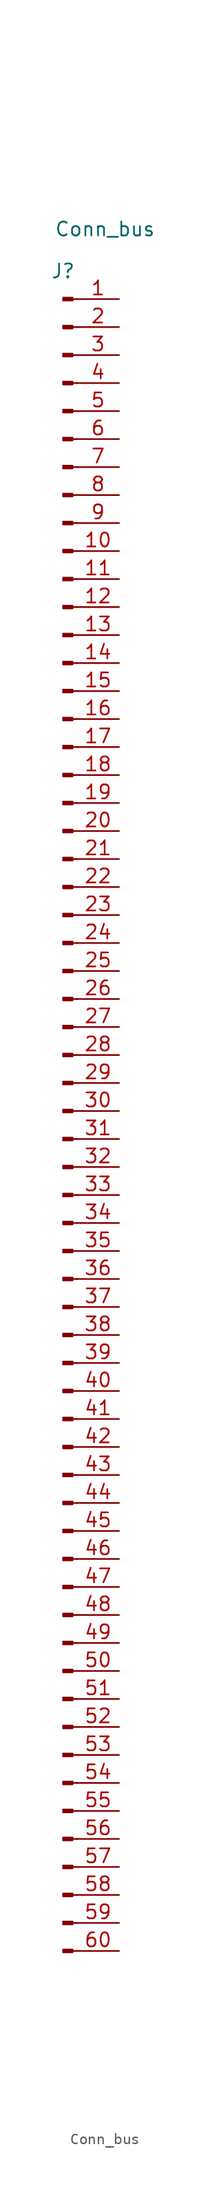
<source format=kicad_sym>
(kicad_symbol_lib
  (version 20220914)
  (generator kicad_symbol_editor)
  (symbol "Conn_bus"
    (pin_names
      (offset 1.016) hide)
    (property "Reference" "J"
      (at 0 50.8 0)
      (effects (font (size 1.27 1.27))))
    (property "Value" "Conn_bus"
      (at 3.81 54.61 0)
      (effects (font (size 1.27 1.27))))
    (property "ki_locked" ""
      (at 0 0 0)
      (effects (font (size 1.27 1.27))))
    (symbol "Conn_bus_1_1"
      (rectangle (start 0 -50.673) (end 0.864 -50.927) (stroke (width 0.152) (type default)) (fill (type outline)))
      (polyline (pts (xy 1.27 -101.6) (xy 0.864 -101.6)) (stroke (width 0.152) (type default)) (fill (type none)))
      (polyline (pts (xy 1.27 -99.06) (xy 0.864 -99.06)) (stroke (width 0.152) (type default)) (fill (type none)))
      (polyline (pts (xy 1.27 -96.52) (xy 0.864 -96.52)) (stroke (width 0.152) (type default)) (fill (type none)))
      (polyline (pts (xy 1.27 -93.98) (xy 0.864 -93.98)) (stroke (width 0.152) (type default)) (fill (type none)))
      (polyline (pts (xy 1.27 -91.44) (xy 0.864 -91.44)) (stroke (width 0.152) (type default)) (fill (type none)))
      (polyline (pts (xy 1.27 -88.9) (xy 0.864 -88.9)) (stroke (width 0.152) (type default)) (fill (type none)))
      (polyline (pts (xy 1.27 -86.36) (xy 0.864 -86.36)) (stroke (width 0.152) (type default)) (fill (type none)))
      (polyline (pts (xy 1.27 -83.82) (xy 0.864 -83.82)) (stroke (width 0.152) (type default)) (fill (type none)))
      (polyline (pts (xy 1.27 -81.28) (xy 0.864 -81.28)) (stroke (width 0.152) (type default)) (fill (type none)))
      (polyline (pts (xy 1.27 -78.74) (xy 0.864 -78.74)) (stroke (width 0.152) (type default)) (fill (type none)))
      (polyline (pts (xy 1.27 -76.2) (xy 0.864 -76.2)) (stroke (width 0.152) (type default)) (fill (type none)))
      (polyline (pts (xy 1.27 -73.66) (xy 0.864 -73.66)) (stroke (width 0.152) (type default)) (fill (type none)))
      (polyline (pts (xy 1.27 -71.12) (xy 0.864 -71.12)) (stroke (width 0.152) (type default)) (fill (type none)))
      (polyline (pts (xy 1.27 -68.58) (xy 0.864 -68.58)) (stroke (width 0.152) (type default)) (fill (type none)))
      (polyline (pts (xy 1.27 -66.04) (xy 0.864 -66.04)) (stroke (width 0.152) (type default)) (fill (type none)))
      (polyline (pts (xy 1.27 -63.5) (xy 0.864 -63.5)) (stroke (width 0.152) (type default)) (fill (type none)))
      (polyline (pts (xy 1.27 -60.96) (xy 0.864 -60.96)) (stroke (width 0.152) (type default)) (fill (type none)))
      (polyline (pts (xy 1.27 -58.42) (xy 0.864 -58.42)) (stroke (width 0.152) (type default)) (fill (type none)))
      (polyline (pts (xy 1.27 -55.88) (xy 0.864 -55.88)) (stroke (width 0.152) (type default)) (fill (type none)))
      (polyline (pts (xy 1.27 -53.34) (xy 0.864 -53.34)) (stroke (width 0.152) (type default)) (fill (type none)))
      (polyline (pts (xy 1.27 -50.8) (xy 0.864 -50.8)) (stroke (width 0.152) (type default)) (fill (type none)))
      (polyline (pts (xy 1.27 -48.26) (xy 0.864 -48.26)) (stroke (width 0.152) (type default)) (fill (type none)))
      (polyline (pts (xy 1.27 -45.72) (xy 0.864 -45.72)) (stroke (width 0.152) (type default)) (fill (type none)))
      (polyline (pts (xy 1.27 -43.18) (xy 0.864 -43.18)) (stroke (width 0.152) (type default)) (fill (type none)))
      (polyline (pts (xy 1.27 -40.64) (xy 0.864 -40.64)) (stroke (width 0.152) (type default)) (fill (type none)))
      (polyline (pts (xy 1.27 -38.1) (xy 0.864 -38.1)) (stroke (width 0.152) (type default)) (fill (type none)))
      (polyline (pts (xy 1.27 -35.56) (xy 0.864 -35.56)) (stroke (width 0.152) (type default)) (fill (type none)))
      (polyline (pts (xy 1.27 -33.02) (xy 0.864 -33.02)) (stroke (width 0.152) (type default)) (fill (type none)))
      (polyline (pts (xy 1.27 -30.48) (xy 0.864 -30.48)) (stroke (width 0.152) (type default)) (fill (type none)))
      (polyline (pts (xy 1.27 -27.94) (xy 0.864 -27.94)) (stroke (width 0.152) (type default)) (fill (type none)))
      (polyline (pts (xy 1.27 -25.4) (xy 0.864 -25.4)) (stroke (width 0.152) (type default)) (fill (type none)))
      (polyline (pts (xy 1.27 -22.86) (xy 0.864 -22.86)) (stroke (width 0.152) (type default)) (fill (type none)))
      (polyline (pts (xy 1.27 -20.32) (xy 0.864 -20.32)) (stroke (width 0.152) (type default)) (fill (type none)))
      (polyline (pts (xy 1.27 -17.78) (xy 0.864 -17.78)) (stroke (width 0.152) (type default)) (fill (type none)))
      (polyline (pts (xy 1.27 -15.24) (xy 0.864 -15.24)) (stroke (width 0.152) (type default)) (fill (type none)))
      (polyline (pts (xy 1.27 -12.7) (xy 0.864 -12.7)) (stroke (width 0.152) (type default)) (fill (type none)))
      (polyline (pts (xy 1.27 -10.16) (xy 0.864 -10.16)) (stroke (width 0.152) (type default)) (fill (type none)))
      (polyline (pts (xy 1.27 -7.62) (xy 0.864 -7.62)) (stroke (width 0.152) (type default)) (fill (type none)))
      (polyline (pts (xy 1.27 -5.08) (xy 0.864 -5.08)) (stroke (width 0.152) (type default)) (fill (type none)))
      (polyline (pts (xy 1.27 -2.54) (xy 0.864 -2.54)) (stroke (width 0.152) (type default)) (fill (type none)))
      (polyline (pts (xy 1.27 0) (xy 0.864 0)) (stroke (width 0.152) (type default)) (fill (type none)))
      (polyline (pts (xy 1.27 2.54) (xy 0.864 2.54)) (stroke (width 0.152) (type default)) (fill (type none)))
      (polyline (pts (xy 1.27 5.08) (xy 0.864 5.08)) (stroke (width 0.152) (type default)) (fill (type none)))
      (polyline (pts (xy 1.27 7.62) (xy 0.864 7.62)) (stroke (width 0.152) (type default)) (fill (type none)))
      (polyline (pts (xy 1.27 10.16) (xy 0.864 10.16)) (stroke (width 0.152) (type default)) (fill (type none)))
      (polyline (pts (xy 1.27 12.7) (xy 0.864 12.7)) (stroke (width 0.152) (type default)) (fill (type none)))
      (polyline (pts (xy 1.27 15.24) (xy 0.864 15.24)) (stroke (width 0.152) (type default)) (fill (type none)))
      (polyline (pts (xy 1.27 17.78) (xy 0.864 17.78)) (stroke (width 0.152) (type default)) (fill (type none)))
      (polyline (pts (xy 1.27 20.32) (xy 0.864 20.32)) (stroke (width 0.152) (type default)) (fill (type none)))
      (polyline (pts (xy 1.27 22.86) (xy 0.864 22.86)) (stroke (width 0.152) (type default)) (fill (type none)))
      (polyline (pts (xy 1.27 25.4) (xy 0.864 25.4)) (stroke (width 0.152) (type default)) (fill (type none)))
      (polyline (pts (xy 1.27 27.94) (xy 0.864 27.94)) (stroke (width 0.152) (type default)) (fill (type none)))
      (polyline (pts (xy 1.27 30.48) (xy 0.864 30.48)) (stroke (width 0.152) (type default)) (fill (type none)))
      (polyline (pts (xy 1.27 33.02) (xy 0.864 33.02)) (stroke (width 0.152) (type default)) (fill (type none)))
      (polyline (pts (xy 1.27 35.56) (xy 0.864 35.56)) (stroke (width 0.152) (type default)) (fill (type none)))
      (polyline (pts (xy 1.27 38.1) (xy 0.864 38.1)) (stroke (width 0.152) (type default)) (fill (type none)))
      (polyline (pts (xy 1.27 40.64) (xy 0.864 40.64)) (stroke (width 0.152) (type default)) (fill (type none)))
      (polyline (pts (xy 1.27 43.18) (xy 0.864 43.18)) (stroke (width 0.152) (type default)) (fill (type none)))
      (polyline (pts (xy 1.27 45.72) (xy 0.864 45.72)) (stroke (width 0.152) (type default)) (fill (type none)))
      (polyline (pts (xy 1.27 48.26) (xy 0.864 48.26)) (stroke (width 0.152) (type default)) (fill (type none)))
      (rectangle (start 0.864 -101.473) (end 0 -101.727) (stroke (width 0.152) (type default)) (fill (type outline)))
      (rectangle (start 0.864 -98.933) (end 0 -99.187) (stroke (width 0.152) (type default)) (fill (type outline)))
      (rectangle (start 0.864 -96.393) (end 0 -96.647) (stroke (width 0.152) (type default)) (fill (type outline)))
      (rectangle (start 0.864 -93.853) (end 0 -94.107) (stroke (width 0.152) (type default)) (fill (type outline)))
      (rectangle (start 0.864 -91.313) (end 0 -91.567) (stroke (width 0.152) (type default)) (fill (type outline)))
      (rectangle (start 0.864 -88.773) (end 0 -89.027) (stroke (width 0.152) (type default)) (fill (type outline)))
      (rectangle (start 0.864 -86.233) (end 0 -86.487) (stroke (width 0.152) (type default)) (fill (type outline)))
      (rectangle (start 0.864 -83.693) (end 0 -83.947) (stroke (width 0.152) (type default)) (fill (type outline)))
      (rectangle (start 0.864 -81.153) (end 0 -81.407) (stroke (width 0.152) (type default)) (fill (type outline)))
      (rectangle (start 0.864 -78.613) (end 0 -78.867) (stroke (width 0.152) (type default)) (fill (type outline)))
      (rectangle (start 0.864 -76.073) (end 0 -76.327) (stroke (width 0.152) (type default)) (fill (type outline)))
      (rectangle (start 0.864 -73.533) (end 0 -73.787) (stroke (width 0.152) (type default)) (fill (type outline)))
      (rectangle (start 0.864 -70.993) (end 0 -71.247) (stroke (width 0.152) (type default)) (fill (type outline)))
      (rectangle (start 0.864 -68.453) (end 0 -68.707) (stroke (width 0.152) (type default)) (fill (type outline)))
      (rectangle (start 0.864 -65.913) (end 0 -66.167) (stroke (width 0.152) (type default)) (fill (type outline)))
      (rectangle (start 0.864 -63.373) (end 0 -63.627) (stroke (width 0.152) (type default)) (fill (type outline)))
      (rectangle (start 0.864 -60.833) (end 0 -61.087) (stroke (width 0.152) (type default)) (fill (type outline)))
      (rectangle (start 0.864 -58.293) (end 0 -58.547) (stroke (width 0.152) (type default)) (fill (type outline)))
      (rectangle (start 0.864 -55.753) (end 0 -56.007) (stroke (width 0.152) (type default)) (fill (type outline)))
      (rectangle (start 0.864 -53.213) (end 0 -53.467) (stroke (width 0.152) (type default)) (fill (type outline)))
      (rectangle (start 0.864 -48.133) (end 0 -48.387) (stroke (width 0.152) (type default)) (fill (type outline)))
      (rectangle (start 0.864 -45.593) (end 0 -45.847) (stroke (width 0.152) (type default)) (fill (type outline)))
      (rectangle (start 0.864 -43.053) (end 0 -43.307) (stroke (width 0.152) (type default)) (fill (type outline)))
      (rectangle (start 0.864 -40.513) (end 0 -40.767) (stroke (width 0.152) (type default)) (fill (type outline)))
      (rectangle (start 0.864 -37.973) (end 0 -38.227) (stroke (width 0.152) (type default)) (fill (type outline)))
      (rectangle (start 0.864 -35.433) (end 0 -35.687) (stroke (width 0.152) (type default)) (fill (type outline)))
      (rectangle (start 0.864 -32.893) (end 0 -33.147) (stroke (width 0.152) (type default)) (fill (type outline)))
      (rectangle (start 0.864 -30.353) (end 0 -30.607) (stroke (width 0.152) (type default)) (fill (type outline)))
      (rectangle (start 0.864 -27.813) (end 0 -28.067) (stroke (width 0.152) (type default)) (fill (type outline)))
      (rectangle (start 0.864 -25.273) (end 0 -25.527) (stroke (width 0.152) (type default)) (fill (type outline)))
      (rectangle (start 0.864 -22.733) (end 0 -22.987) (stroke (width 0.152) (type default)) (fill (type outline)))
      (rectangle (start 0.864 -20.193) (end 0 -20.447) (stroke (width 0.152) (type default)) (fill (type outline)))
      (rectangle (start 0.864 -17.653) (end 0 -17.907) (stroke (width 0.152) (type default)) (fill (type outline)))
      (rectangle (start 0.864 -15.113) (end 0 -15.367) (stroke (width 0.152) (type default)) (fill (type outline)))
      (rectangle (start 0.864 -12.573) (end 0 -12.827) (stroke (width 0.152) (type default)) (fill (type outline)))
      (rectangle (start 0.864 -10.033) (end 0 -10.287) (stroke (width 0.152) (type default)) (fill (type outline)))
      (rectangle (start 0.864 -7.493) (end 0 -7.747) (stroke (width 0.152) (type default)) (fill (type outline)))
      (rectangle (start 0.864 -4.953) (end 0 -5.207) (stroke (width 0.152) (type default)) (fill (type outline)))
      (rectangle (start 0.864 -2.413) (end 0 -2.667) (stroke (width 0.152) (type default)) (fill (type outline)))
      (rectangle (start 0.864 0.127) (end 0 -0.127) (stroke (width 0.152) (type default)) (fill (type outline)))
      (rectangle (start 0.864 2.667) (end 0 2.413) (stroke (width 0.152) (type default)) (fill (type outline)))
      (rectangle (start 0.864 5.207) (end 0 4.953) (stroke (width 0.152) (type default)) (fill (type outline)))
      (rectangle (start 0.864 7.747) (end 0 7.493) (stroke (width 0.152) (type default)) (fill (type outline)))
      (rectangle (start 0.864 10.287) (end 0 10.033) (stroke (width 0.152) (type default)) (fill (type outline)))
      (rectangle (start 0.864 12.827) (end 0 12.573) (stroke (width 0.152) (type default)) (fill (type outline)))
      (rectangle (start 0.864 15.367) (end 0 15.113) (stroke (width 0.152) (type default)) (fill (type outline)))
      (rectangle (start 0.864 17.907) (end 0 17.653) (stroke (width 0.152) (type default)) (fill (type outline)))
      (rectangle (start 0.864 20.447) (end 0 20.193) (stroke (width 0.152) (type default)) (fill (type outline)))
      (rectangle (start 0.864 22.987) (end 0 22.733) (stroke (width 0.152) (type default)) (fill (type outline)))
      (rectangle (start 0.864 25.527) (end 0 25.273) (stroke (width 0.152) (type default)) (fill (type outline)))
      (rectangle (start 0.864 28.067) (end 0 27.813) (stroke (width 0.152) (type default)) (fill (type outline)))
      (rectangle (start 0.864 30.607) (end 0 30.353) (stroke (width 0.152) (type default)) (fill (type outline)))
      (rectangle (start 0.864 33.147) (end 0 32.893) (stroke (width 0.152) (type default)) (fill (type outline)))
      (rectangle (start 0.864 35.687) (end 0 35.433) (stroke (width 0.152) (type default)) (fill (type outline)))
      (rectangle (start 0.864 38.227) (end 0 37.973) (stroke (width 0.152) (type default)) (fill (type outline)))
      (rectangle (start 0.864 40.767) (end 0 40.513) (stroke (width 0.152) (type default)) (fill (type outline)))
      (rectangle (start 0.864 43.307) (end 0 43.053) (stroke (width 0.152) (type default)) (fill (type outline)))
      (rectangle (start 0.864 45.847) (end 0 45.593) (stroke (width 0.152) (type default)) (fill (type outline)))
      (rectangle (start 0.864 48.387) (end 0 48.133) (stroke (width 0.152) (type default)) (fill (type outline)))
      (pin passive line (at 5.08 48.26 180) (length 3.81) (name "Pin_1" (effects (font (size 1.27 1.27)))) (number "1" (effects (font (size 1.27 1.27)))))
      (pin passive line (at 5.08 25.4 180) (length 3.81) (name "Pin_10" (effects (font (size 1.27 1.27)))) (number "10" (effects (font (size 1.27 1.27)))))
      (pin passive line (at 5.08 22.86 180) (length 3.81) (name "Pin_11" (effects (font (size 1.27 1.27)))) (number "11" (effects (font (size 1.27 1.27)))))
      (pin passive line (at 5.08 20.32 180) (length 3.81) (name "Pin_12" (effects (font (size 1.27 1.27)))) (number "12" (effects (font (size 1.27 1.27)))))
      (pin passive line (at 5.08 17.78 180) (length 3.81) (name "Pin_13" (effects (font (size 1.27 1.27)))) (number "13" (effects (font (size 1.27 1.27)))))
      (pin passive line (at 5.08 15.24 180) (length 3.81) (name "Pin_14" (effects (font (size 1.27 1.27)))) (number "14" (effects (font (size 1.27 1.27)))))
      (pin passive line (at 5.08 12.7 180) (length 3.81) (name "Pin_15" (effects (font (size 1.27 1.27)))) (number "15" (effects (font (size 1.27 1.27)))))
      (pin passive line (at 5.08 10.16 180) (length 3.81) (name "Pin_16" (effects (font (size 1.27 1.27)))) (number "16" (effects (font (size 1.27 1.27)))))
      (pin passive line (at 5.08 7.62 180) (length 3.81) (name "Pin_17" (effects (font (size 1.27 1.27)))) (number "17" (effects (font (size 1.27 1.27)))))
      (pin passive line (at 5.08 5.08 180) (length 3.81) (name "Pin_18" (effects (font (size 1.27 1.27)))) (number "18" (effects (font (size 1.27 1.27)))))
      (pin passive line (at 5.08 2.54 180) (length 3.81) (name "Pin_19" (effects (font (size 1.27 1.27)))) (number "19" (effects (font (size 1.27 1.27)))))
      (pin passive line (at 5.08 45.72 180) (length 3.81) (name "Pin_2" (effects (font (size 1.27 1.27)))) (number "2" (effects (font (size 1.27 1.27)))))
      (pin passive line (at 5.08 0 180) (length 3.81) (name "Pin_20" (effects (font (size 1.27 1.27)))) (number "20" (effects (font (size 1.27 1.27)))))
      (pin passive line (at 5.08 -2.54 180) (length 3.81) (name "Pin_21" (effects (font (size 1.27 1.27)))) (number "21" (effects (font (size 1.27 1.27)))))
      (pin passive line (at 5.08 -5.08 180) (length 3.81) (name "Pin_22" (effects (font (size 1.27 1.27)))) (number "22" (effects (font (size 1.27 1.27)))))
      (pin passive line (at 5.08 -7.62 180) (length 3.81) (name "Pin_23" (effects (font (size 1.27 1.27)))) (number "23" (effects (font (size 1.27 1.27)))))
      (pin passive line (at 5.08 -10.16 180) (length 3.81) (name "Pin_24" (effects (font (size 1.27 1.27)))) (number "24" (effects (font (size 1.27 1.27)))))
      (pin passive line (at 5.08 -12.7 180) (length 3.81) (name "Pin_25" (effects (font (size 1.27 1.27)))) (number "25" (effects (font (size 1.27 1.27)))))
      (pin passive line (at 5.08 -15.24 180) (length 3.81) (name "Pin_26" (effects (font (size 1.27 1.27)))) (number "26" (effects (font (size 1.27 1.27)))))
      (pin passive line (at 5.08 -17.78 180) (length 3.81) (name "Pin_27" (effects (font (size 1.27 1.27)))) (number "27" (effects (font (size 1.27 1.27)))))
      (pin passive line (at 5.08 -20.32 180) (length 3.81) (name "Pin_28" (effects (font (size 1.27 1.27)))) (number "28" (effects (font (size 1.27 1.27)))))
      (pin passive line (at 5.08 -22.86 180) (length 3.81) (name "Pin_29" (effects (font (size 1.27 1.27)))) (number "29" (effects (font (size 1.27 1.27)))))
      (pin passive line (at 5.08 43.18 180) (length 3.81) (name "Pin_3" (effects (font (size 1.27 1.27)))) (number "3" (effects (font (size 1.27 1.27)))))
      (pin passive line (at 5.08 -25.4 180) (length 3.81) (name "Pin_30" (effects (font (size 1.27 1.27)))) (number "30" (effects (font (size 1.27 1.27)))))
      (pin passive line (at 5.08 -27.94 180) (length 3.81) (name "Pin_31" (effects (font (size 1.27 1.27)))) (number "31" (effects (font (size 1.27 1.27)))))
      (pin passive line (at 5.08 -30.48 180) (length 3.81) (name "Pin_32" (effects (font (size 1.27 1.27)))) (number "32" (effects (font (size 1.27 1.27)))))
      (pin passive line (at 5.08 -33.02 180) (length 3.81) (name "Pin_33" (effects (font (size 1.27 1.27)))) (number "33" (effects (font (size 1.27 1.27)))))
      (pin passive line (at 5.08 -35.56 180) (length 3.81) (name "Pin_34" (effects (font (size 1.27 1.27)))) (number "34" (effects (font (size 1.27 1.27)))))
      (pin passive line (at 5.08 -38.1 180) (length 3.81) (name "Pin_35" (effects (font (size 1.27 1.27)))) (number "35" (effects (font (size 1.27 1.27)))))
      (pin passive line (at 5.08 -40.64 180) (length 3.81) (name "Pin_36" (effects (font (size 1.27 1.27)))) (number "36" (effects (font (size 1.27 1.27)))))
      (pin passive line (at 5.08 -43.18 180) (length 3.81) (name "Pin_37" (effects (font (size 1.27 1.27)))) (number "37" (effects (font (size 1.27 1.27)))))
      (pin passive line (at 5.08 -45.72 180) (length 3.81) (name "Pin_38" (effects (font (size 1.27 1.27)))) (number "38" (effects (font (size 1.27 1.27)))))
      (pin passive line (at 5.08 -48.26 180) (length 3.81) (name "Pin_39" (effects (font (size 1.27 1.27)))) (number "39" (effects (font (size 1.27 1.27)))))
      (pin passive line (at 5.08 40.64 180) (length 3.81) (name "Pin_4" (effects (font (size 1.27 1.27)))) (number "4" (effects (font (size 1.27 1.27)))))
      (pin passive line (at 5.08 -50.8 180) (length 3.81) (name "Pin_40" (effects (font (size 1.27 1.27)))) (number "40" (effects (font (size 1.27 1.27)))))
      (pin passive line (at 5.08 -53.34 180) (length 3.81) (name "Pin_41" (effects (font (size 1.27 1.27)))) (number "41" (effects (font (size 1.27 1.27)))))
      (pin passive line (at 5.08 -55.88 180) (length 3.81) (name "Pin_42" (effects (font (size 1.27 1.27)))) (number "42" (effects (font (size 1.27 1.27)))))
      (pin passive line (at 5.08 -58.42 180) (length 3.81) (name "Pin_43" (effects (font (size 1.27 1.27)))) (number "43" (effects (font (size 1.27 1.27)))))
      (pin passive line (at 5.08 -60.96 180) (length 3.81) (name "Pin_44" (effects (font (size 1.27 1.27)))) (number "44" (effects (font (size 1.27 1.27)))))
      (pin passive line (at 5.08 -63.5 180) (length 3.81) (name "Pin_45" (effects (font (size 1.27 1.27)))) (number "45" (effects (font (size 1.27 1.27)))))
      (pin passive line (at 5.08 -66.04 180) (length 3.81) (name "Pin_46" (effects (font (size 1.27 1.27)))) (number "46" (effects (font (size 1.27 1.27)))))
      (pin passive line (at 5.08 -68.58 180) (length 3.81) (name "Pin_47" (effects (font (size 1.27 1.27)))) (number "47" (effects (font (size 1.27 1.27)))))
      (pin passive line (at 5.08 -71.12 180) (length 3.81) (name "Pin_48" (effects (font (size 1.27 1.27)))) (number "48" (effects (font (size 1.27 1.27)))))
      (pin passive line (at 5.08 -73.66 180) (length 3.81) (name "Pin_49" (effects (font (size 1.27 1.27)))) (number "49" (effects (font (size 1.27 1.27)))))
      (pin passive line (at 5.08 38.1 180) (length 3.81) (name "Pin_5" (effects (font (size 1.27 1.27)))) (number "5" (effects (font (size 1.27 1.27)))))
      (pin passive line (at 5.08 -76.2 180) (length 3.81) (name "Pin_50" (effects (font (size 1.27 1.27)))) (number "50" (effects (font (size 1.27 1.27)))))
      (pin passive line (at 5.08 -78.74 180) (length 3.81) (name "Pin_51" (effects (font (size 1.27 1.27)))) (number "51" (effects (font (size 1.27 1.27)))))
      (pin passive line (at 5.08 -81.28 180) (length 3.81) (name "Pin_52" (effects (font (size 1.27 1.27)))) (number "52" (effects (font (size 1.27 1.27)))))
      (pin passive line (at 5.08 -83.82 180) (length 3.81) (name "Pin_53" (effects (font (size 1.27 1.27)))) (number "53" (effects (font (size 1.27 1.27)))))
      (pin passive line (at 5.08 -86.36 180) (length 3.81) (name "Pin_54" (effects (font (size 1.27 1.27)))) (number "54" (effects (font (size 1.27 1.27)))))
      (pin passive line (at 5.08 -88.9 180) (length 3.81) (name "Pin_55" (effects (font (size 1.27 1.27)))) (number "55" (effects (font (size 1.27 1.27)))))
      (pin passive line (at 5.08 -91.44 180) (length 3.81) (name "Pin_56" (effects (font (size 1.27 1.27)))) (number "56" (effects (font (size 1.27 1.27)))))
      (pin passive line (at 5.08 -93.98 180) (length 3.81) (name "Pin_57" (effects (font (size 1.27 1.27)))) (number "57" (effects (font (size 1.27 1.27)))))
      (pin passive line (at 5.08 -96.52 180) (length 3.81) (name "Pin_58" (effects (font (size 1.27 1.27)))) (number "58" (effects (font (size 1.27 1.27)))))
      (pin passive line (at 5.08 -99.06 180) (length 3.81) (name "Pin_59" (effects (font (size 1.27 1.27)))) (number "59" (effects (font (size 1.27 1.27)))))
      (pin passive line (at 5.08 35.56 180) (length 3.81) (name "Pin_6" (effects (font (size 1.27 1.27)))) (number "6" (effects (font (size 1.27 1.27)))))
      (pin passive line (at 5.08 -101.6 180) (length 3.81) (name "Pin_60" (effects (font (size 1.27 1.27)))) (number "60" (effects (font (size 1.27 1.27)))))
      (pin passive line (at 5.08 33.02 180) (length 3.81) (name "Pin_7" (effects (font (size 1.27 1.27)))) (number "7" (effects (font (size 1.27 1.27)))))
      (pin passive line (at 5.08 30.48 180) (length 3.81) (name "Pin_8" (effects (font (size 1.27 1.27)))) (number "8" (effects (font (size 1.27 1.27)))))
      (pin passive line (at 5.08 27.94 180) (length 3.81) (name "Pin_9" (effects (font (size 1.27 1.27)))) (number "9" (effects (font (size 1.27 1.27))))))))
</source>
